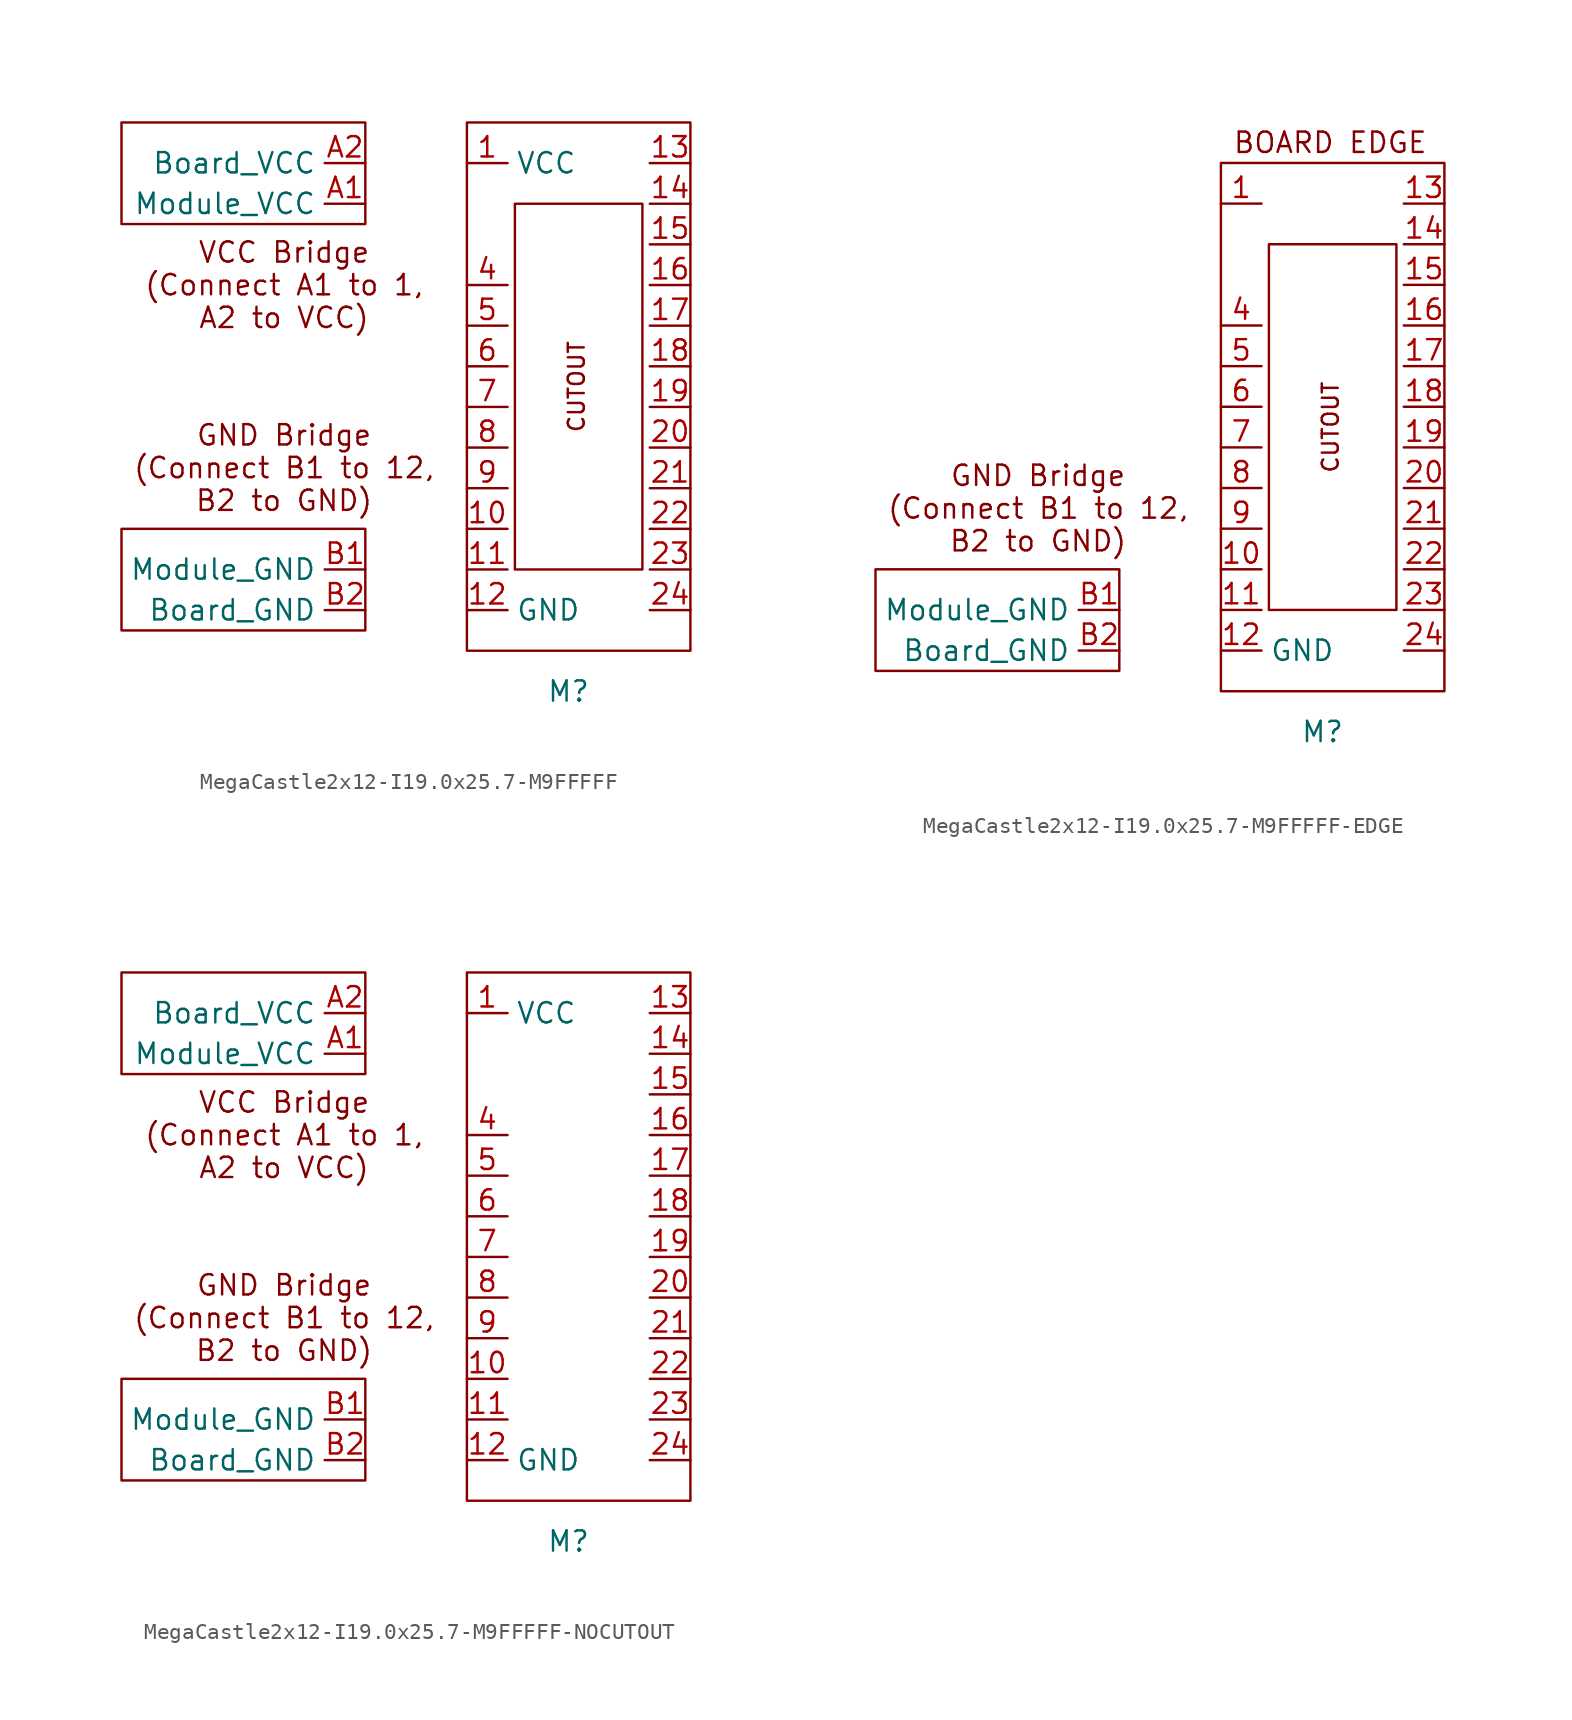
<source format=kicad_sym>
(kicad_symbol_lib
  (version 20231120)
  (generator "kicad_symbol_editor")
  (generator_version "8.0")
  (symbol "MegaCastle2x12-I19.0x25.7-M9FFFFF"
    (property "Reference" "M"
      (at 0 -19.05 0)
      (effects (font (size 1.27 1.27))))
    (property "Value" ""
      (at 0 5.08 0)
      (effects (font (size 1.27 1.27))))
    (symbol "MegaCastle2x12-I19.0x25.7-M9FFFFF_0_1"
      (rectangle (start -27.94 -8.89) (end -12.7 -15.24) (stroke (width 0) (type default)) (fill (type none)))
      (rectangle (start -27.94 16.51) (end -12.7 10.16) (stroke (width 0) (type default)) (fill (type none)))
      (rectangle (start -6.35 16.51) (end 7.62 -16.51) (stroke (width 0) (type default)) (fill (type none)))
      (rectangle (start -3.35 11.43) (end 4.62 -11.43) (stroke (width 0) (type default)) (fill (type none))))
    (symbol "MegaCastle2x12-I19.0x25.7-M9FFFFF_1_1"
      (text "CUTOUT" (at 0.5 0 900) (effects (font (size 1 1))))
      (text "GND Bridge\n(Connect B1 to 12,\nB2 to GND)" (at -17.78 -5.08 0) (effects (font (size 1.27 1.27))))
      (text "VCC Bridge\n(Connect A1 to 1,\nA2 to VCC)" (at -17.78 6.35 0) (effects (font (size 1.27 1.27))))
      (pin bidirectional line (at -6.35 13.97 0) (length 2.54) (name "VCC" (effects (font (size 1.27 1.27)))) (number "1" (effects (font (size 1.27 1.27)))))
      (pin bidirectional line (at -6.35 -8.89 0) (length 2.54) (name "" (effects (font (size 1.27 1.27)))) (number "10" (effects (font (size 1.27 1.27)))))
      (pin bidirectional line (at -6.35 -11.43 0) (length 2.54) (name "" (effects (font (size 1.27 1.27)))) (number "11" (effects (font (size 1.27 1.27)))))
      (pin bidirectional line (at -6.35 -13.97 0) (length 2.54) (name "GND" (effects (font (size 1.27 1.27)))) (number "12" (effects (font (size 1.27 1.27)))))
      (pin bidirectional line (at 7.62 13.97 180) (length 2.54) (name "" (effects (font (size 1.27 1.27)))) (number "13" (effects (font (size 1.27 1.27)))))
      (pin bidirectional line (at 7.62 11.43 180) (length 2.54) (name "" (effects (font (size 1.27 1.27)))) (number "14" (effects (font (size 1.27 1.27)))))
      (pin bidirectional line (at 7.62 8.89 180) (length 2.54) (name "" (effects (font (size 1.27 1.27)))) (number "15" (effects (font (size 1.27 1.27)))))
      (pin bidirectional line (at 7.62 6.35 180) (length 2.54) (name "" (effects (font (size 1.27 1.27)))) (number "16" (effects (font (size 1.27 1.27)))))
      (pin bidirectional line (at 7.62 3.81 180) (length 2.54) (name "" (effects (font (size 1.27 1.27)))) (number "17" (effects (font (size 1.27 1.27)))))
      (pin bidirectional line (at 7.62 1.27 180) (length 2.54) (name "" (effects (font (size 1.27 1.27)))) (number "18" (effects (font (size 1.27 1.27)))))
      (pin bidirectional line (at 7.62 -1.27 180) (length 2.54) (name "" (effects (font (size 1.27 1.27)))) (number "19" (effects (font (size 1.27 1.27)))))
      (pin bidirectional line (at 7.62 -3.81 180) (length 2.54) (name "" (effects (font (size 1.27 1.27)))) (number "20" (effects (font (size 1.27 1.27)))))
      (pin bidirectional line (at 7.62 -6.35 180) (length 2.54) (name "" (effects (font (size 1.27 1.27)))) (number "21" (effects (font (size 1.27 1.27)))))
      (pin bidirectional line (at 7.62 -8.89 180) (length 2.54) (name "" (effects (font (size 1.27 1.27)))) (number "22" (effects (font (size 1.27 1.27)))))
      (pin bidirectional line (at 7.62 -11.43 180) (length 2.54) (name "" (effects (font (size 1.27 1.27)))) (number "23" (effects (font (size 1.27 1.27)))))
      (pin bidirectional line (at 7.62 -13.97 180) (length 2.54) (name "" (effects (font (size 1.27 1.27)))) (number "24" (effects (font (size 1.27 1.27)))))
      (pin bidirectional line (at -6.35 6.35 0) (length 2.54) (name "" (effects (font (size 1.27 1.27)))) (number "4" (effects (font (size 1.27 1.27)))))
      (pin bidirectional line (at -6.35 3.81 0) (length 2.54) (name "" (effects (font (size 1.27 1.27)))) (number "5" (effects (font (size 1.27 1.27)))))
      (pin bidirectional line (at -6.35 1.27 0) (length 2.54) (name "" (effects (font (size 1.27 1.27)))) (number "6" (effects (font (size 1.27 1.27)))))
      (pin bidirectional line (at -6.35 -1.27 0) (length 2.54) (name "" (effects (font (size 1.27 1.27)))) (number "7" (effects (font (size 1.27 1.27)))))
      (pin bidirectional line (at -6.35 -3.81 0) (length 2.54) (name "" (effects (font (size 1.27 1.27)))) (number "8" (effects (font (size 1.27 1.27)))))
      (pin bidirectional line (at -6.35 -6.35 0) (length 2.54) (name "" (effects (font (size 1.27 1.27)))) (number "9" (effects (font (size 1.27 1.27)))))
      (pin bidirectional line (at -12.7 11.43 180) (length 2.54) (name "Module_VCC" (effects (font (size 1.27 1.27)))) (number "A1" (effects (font (size 1.27 1.27)))))
      (pin bidirectional line (at -12.7 13.97 180) (length 2.54) (name "Board_VCC" (effects (font (size 1.27 1.27)))) (number "A2" (effects (font (size 1.27 1.27)))))
      (pin bidirectional line (at -12.7 -11.43 180) (length 2.54) (name "Module_GND" (effects (font (size 1.27 1.27)))) (number "B1" (effects (font (size 1.27 1.27)))))
      (pin bidirectional line (at -12.7 -13.97 180) (length 2.54) (name "Board_GND" (effects (font (size 1.27 1.27)))) (number "B2" (effects (font (size 1.27 1.27)))))))
  (symbol "MegaCastle2x12-I19.0x25.7-M9FFFFF-EDGE"
    (property "Reference" "M"
      (at 0 -19.05 0)
      (effects (font (size 1.27 1.27))))
    (property "Value" ""
      (at 0 5.08 0)
      (effects (font (size 1.27 1.27))))
    (symbol "MegaCastle2x12-I19.0x25.7-M9FFFFF-EDGE_0_1"
      (rectangle (start -27.94 -8.89) (end -12.7 -15.24) (stroke (width 0) (type default)) (fill (type none)))
      (rectangle (start -6.35 16.51) (end 7.62 -16.51) (stroke (width 0) (type default)) (fill (type none)))
      (rectangle (start -3.35 11.43) (end 4.62 -11.43) (stroke (width 0) (type default)) (fill (type none))))
    (symbol "MegaCastle2x12-I19.0x25.7-M9FFFFF-EDGE_1_1"
      (text " BOARD EDGE" (at 0 17.78 0) (effects (font (size 1.27 1.27))))
      (text "CUTOUT" (at 0.5 0 900) (effects (font (size 1 1))))
      (text "GND Bridge\n(Connect B1 to 12,\nB2 to GND)" (at -17.78 -5.08 0) (effects (font (size 1.27 1.27))))
      (pin bidirectional line (at -6.35 13.97 0) (length 2.54) (name "" (effects (font (size 1.27 1.27)))) (number "1" (effects (font (size 1.27 1.27)))))
      (pin bidirectional line (at -6.35 -8.89 0) (length 2.54) (name "" (effects (font (size 1.27 1.27)))) (number "10" (effects (font (size 1.27 1.27)))))
      (pin bidirectional line (at -6.35 -11.43 0) (length 2.54) (name "" (effects (font (size 1.27 1.27)))) (number "11" (effects (font (size 1.27 1.27)))))
      (pin bidirectional line (at -6.35 -13.97 0) (length 2.54) (name "GND" (effects (font (size 1.27 1.27)))) (number "12" (effects (font (size 1.27 1.27)))))
      (pin bidirectional line (at 7.62 13.97 180) (length 2.54) (name "" (effects (font (size 1.27 1.27)))) (number "13" (effects (font (size 1.27 1.27)))))
      (pin bidirectional line (at 7.62 11.43 180) (length 2.54) (name "" (effects (font (size 1.27 1.27)))) (number "14" (effects (font (size 1.27 1.27)))))
      (pin bidirectional line (at 7.62 8.89 180) (length 2.54) (name "" (effects (font (size 1.27 1.27)))) (number "15" (effects (font (size 1.27 1.27)))))
      (pin bidirectional line (at 7.62 6.35 180) (length 2.54) (name "" (effects (font (size 1.27 1.27)))) (number "16" (effects (font (size 1.27 1.27)))))
      (pin bidirectional line (at 7.62 3.81 180) (length 2.54) (name "" (effects (font (size 1.27 1.27)))) (number "17" (effects (font (size 1.27 1.27)))))
      (pin bidirectional line (at 7.62 1.27 180) (length 2.54) (name "" (effects (font (size 1.27 1.27)))) (number "18" (effects (font (size 1.27 1.27)))))
      (pin bidirectional line (at 7.62 -1.27 180) (length 2.54) (name "" (effects (font (size 1.27 1.27)))) (number "19" (effects (font (size 1.27 1.27)))))
      (pin bidirectional line (at 7.62 -3.81 180) (length 2.54) (name "" (effects (font (size 1.27 1.27)))) (number "20" (effects (font (size 1.27 1.27)))))
      (pin bidirectional line (at 7.62 -6.35 180) (length 2.54) (name "" (effects (font (size 1.27 1.27)))) (number "21" (effects (font (size 1.27 1.27)))))
      (pin bidirectional line (at 7.62 -8.89 180) (length 2.54) (name "" (effects (font (size 1.27 1.27)))) (number "22" (effects (font (size 1.27 1.27)))))
      (pin bidirectional line (at 7.62 -11.43 180) (length 2.54) (name "" (effects (font (size 1.27 1.27)))) (number "23" (effects (font (size 1.27 1.27)))))
      (pin bidirectional line (at 7.62 -13.97 180) (length 2.54) (name "" (effects (font (size 1.27 1.27)))) (number "24" (effects (font (size 1.27 1.27)))))
      (pin bidirectional line (at -6.35 6.35 0) (length 2.54) (name "" (effects (font (size 1.27 1.27)))) (number "4" (effects (font (size 1.27 1.27)))))
      (pin bidirectional line (at -6.35 3.81 0) (length 2.54) (name "" (effects (font (size 1.27 1.27)))) (number "5" (effects (font (size 1.27 1.27)))))
      (pin bidirectional line (at -6.35 1.27 0) (length 2.54) (name "" (effects (font (size 1.27 1.27)))) (number "6" (effects (font (size 1.27 1.27)))))
      (pin bidirectional line (at -6.35 -1.27 0) (length 2.54) (name "" (effects (font (size 1.27 1.27)))) (number "7" (effects (font (size 1.27 1.27)))))
      (pin bidirectional line (at -6.35 -3.81 0) (length 2.54) (name "" (effects (font (size 1.27 1.27)))) (number "8" (effects (font (size 1.27 1.27)))))
      (pin bidirectional line (at -6.35 -6.35 0) (length 2.54) (name "" (effects (font (size 1.27 1.27)))) (number "9" (effects (font (size 1.27 1.27)))))
      (pin bidirectional line (at -12.7 -11.43 180) (length 2.54) (name "Module_GND" (effects (font (size 1.27 1.27)))) (number "B1" (effects (font (size 1.27 1.27)))))
      (pin bidirectional line (at -12.7 -13.97 180) (length 2.54) (name "Board_GND" (effects (font (size 1.27 1.27)))) (number "B2" (effects (font (size 1.27 1.27)))))))
  (symbol "MegaCastle2x12-I19.0x25.7-M9FFFFF-NOCUTOUT"
    (property "Reference" "M"
      (at 0 -19.05 0)
      (effects (font (size 1.27 1.27))))
    (property "Value" ""
      (at 0 5.08 0)
      (effects (font (size 1.27 1.27))))
    (symbol "MegaCastle2x12-I19.0x25.7-M9FFFFF-NOCUTOUT_0_1"
      (rectangle (start -27.94 -8.89) (end -12.7 -15.24) (stroke (width 0) (type default)) (fill (type none)))
      (rectangle (start -27.94 16.51) (end -12.7 10.16) (stroke (width 0) (type default)) (fill (type none)))
      (rectangle (start -6.35 16.51) (end 7.62 -16.51) (stroke (width 0) (type default)) (fill (type none))))
    (symbol "MegaCastle2x12-I19.0x25.7-M9FFFFF-NOCUTOUT_1_1"
      (text "GND Bridge\n(Connect B1 to 12,\nB2 to GND)" (at -17.78 -5.08 0) (effects (font (size 1.27 1.27))))
      (text "VCC Bridge\n(Connect A1 to 1,\nA2 to VCC)" (at -17.78 6.35 0) (effects (font (size 1.27 1.27))))
      (pin bidirectional line (at -6.35 13.97 0) (length 2.54) (name "VCC" (effects (font (size 1.27 1.27)))) (number "1" (effects (font (size 1.27 1.27)))))
      (pin bidirectional line (at -6.35 -8.89 0) (length 2.54) (name "" (effects (font (size 1.27 1.27)))) (number "10" (effects (font (size 1.27 1.27)))))
      (pin bidirectional line (at -6.35 -11.43 0) (length 2.54) (name "" (effects (font (size 1.27 1.27)))) (number "11" (effects (font (size 1.27 1.27)))))
      (pin bidirectional line (at -6.35 -13.97 0) (length 2.54) (name "GND" (effects (font (size 1.27 1.27)))) (number "12" (effects (font (size 1.27 1.27)))))
      (pin bidirectional line (at 7.62 13.97 180) (length 2.54) (name "" (effects (font (size 1.27 1.27)))) (number "13" (effects (font (size 1.27 1.27)))))
      (pin bidirectional line (at 7.62 11.43 180) (length 2.54) (name "" (effects (font (size 1.27 1.27)))) (number "14" (effects (font (size 1.27 1.27)))))
      (pin bidirectional line (at 7.62 8.89 180) (length 2.54) (name "" (effects (font (size 1.27 1.27)))) (number "15" (effects (font (size 1.27 1.27)))))
      (pin bidirectional line (at 7.62 6.35 180) (length 2.54) (name "" (effects (font (size 1.27 1.27)))) (number "16" (effects (font (size 1.27 1.27)))))
      (pin bidirectional line (at 7.62 3.81 180) (length 2.54) (name "" (effects (font (size 1.27 1.27)))) (number "17" (effects (font (size 1.27 1.27)))))
      (pin bidirectional line (at 7.62 1.27 180) (length 2.54) (name "" (effects (font (size 1.27 1.27)))) (number "18" (effects (font (size 1.27 1.27)))))
      (pin bidirectional line (at 7.62 -1.27 180) (length 2.54) (name "" (effects (font (size 1.27 1.27)))) (number "19" (effects (font (size 1.27 1.27)))))
      (pin bidirectional line (at 7.62 -3.81 180) (length 2.54) (name "" (effects (font (size 1.27 1.27)))) (number "20" (effects (font (size 1.27 1.27)))))
      (pin bidirectional line (at 7.62 -6.35 180) (length 2.54) (name "" (effects (font (size 1.27 1.27)))) (number "21" (effects (font (size 1.27 1.27)))))
      (pin bidirectional line (at 7.62 -8.89 180) (length 2.54) (name "" (effects (font (size 1.27 1.27)))) (number "22" (effects (font (size 1.27 1.27)))))
      (pin bidirectional line (at 7.62 -11.43 180) (length 2.54) (name "" (effects (font (size 1.27 1.27)))) (number "23" (effects (font (size 1.27 1.27)))))
      (pin bidirectional line (at 7.62 -13.97 180) (length 2.54) (name "" (effects (font (size 1.27 1.27)))) (number "24" (effects (font (size 1.27 1.27)))))
      (pin bidirectional line (at -6.35 6.35 0) (length 2.54) (name "" (effects (font (size 1.27 1.27)))) (number "4" (effects (font (size 1.27 1.27)))))
      (pin bidirectional line (at -6.35 3.81 0) (length 2.54) (name "" (effects (font (size 1.27 1.27)))) (number "5" (effects (font (size 1.27 1.27)))))
      (pin bidirectional line (at -6.35 1.27 0) (length 2.54) (name "" (effects (font (size 1.27 1.27)))) (number "6" (effects (font (size 1.27 1.27)))))
      (pin bidirectional line (at -6.35 -1.27 0) (length 2.54) (name "" (effects (font (size 1.27 1.27)))) (number "7" (effects (font (size 1.27 1.27)))))
      (pin bidirectional line (at -6.35 -3.81 0) (length 2.54) (name "" (effects (font (size 1.27 1.27)))) (number "8" (effects (font (size 1.27 1.27)))))
      (pin bidirectional line (at -6.35 -6.35 0) (length 2.54) (name "" (effects (font (size 1.27 1.27)))) (number "9" (effects (font (size 1.27 1.27)))))
      (pin bidirectional line (at -12.7 11.43 180) (length 2.54) (name "Module_VCC" (effects (font (size 1.27 1.27)))) (number "A1" (effects (font (size 1.27 1.27)))))
      (pin bidirectional line (at -12.7 13.97 180) (length 2.54) (name "Board_VCC" (effects (font (size 1.27 1.27)))) (number "A2" (effects (font (size 1.27 1.27)))))
      (pin bidirectional line (at -12.7 -11.43 180) (length 2.54) (name "Module_GND" (effects (font (size 1.27 1.27)))) (number "B1" (effects (font (size 1.27 1.27)))))
      (pin bidirectional line (at -12.7 -13.97 180) (length 2.54) (name "Board_GND" (effects (font (size 1.27 1.27)))) (number "B2" (effects (font (size 1.27 1.27))))))))
</source>
